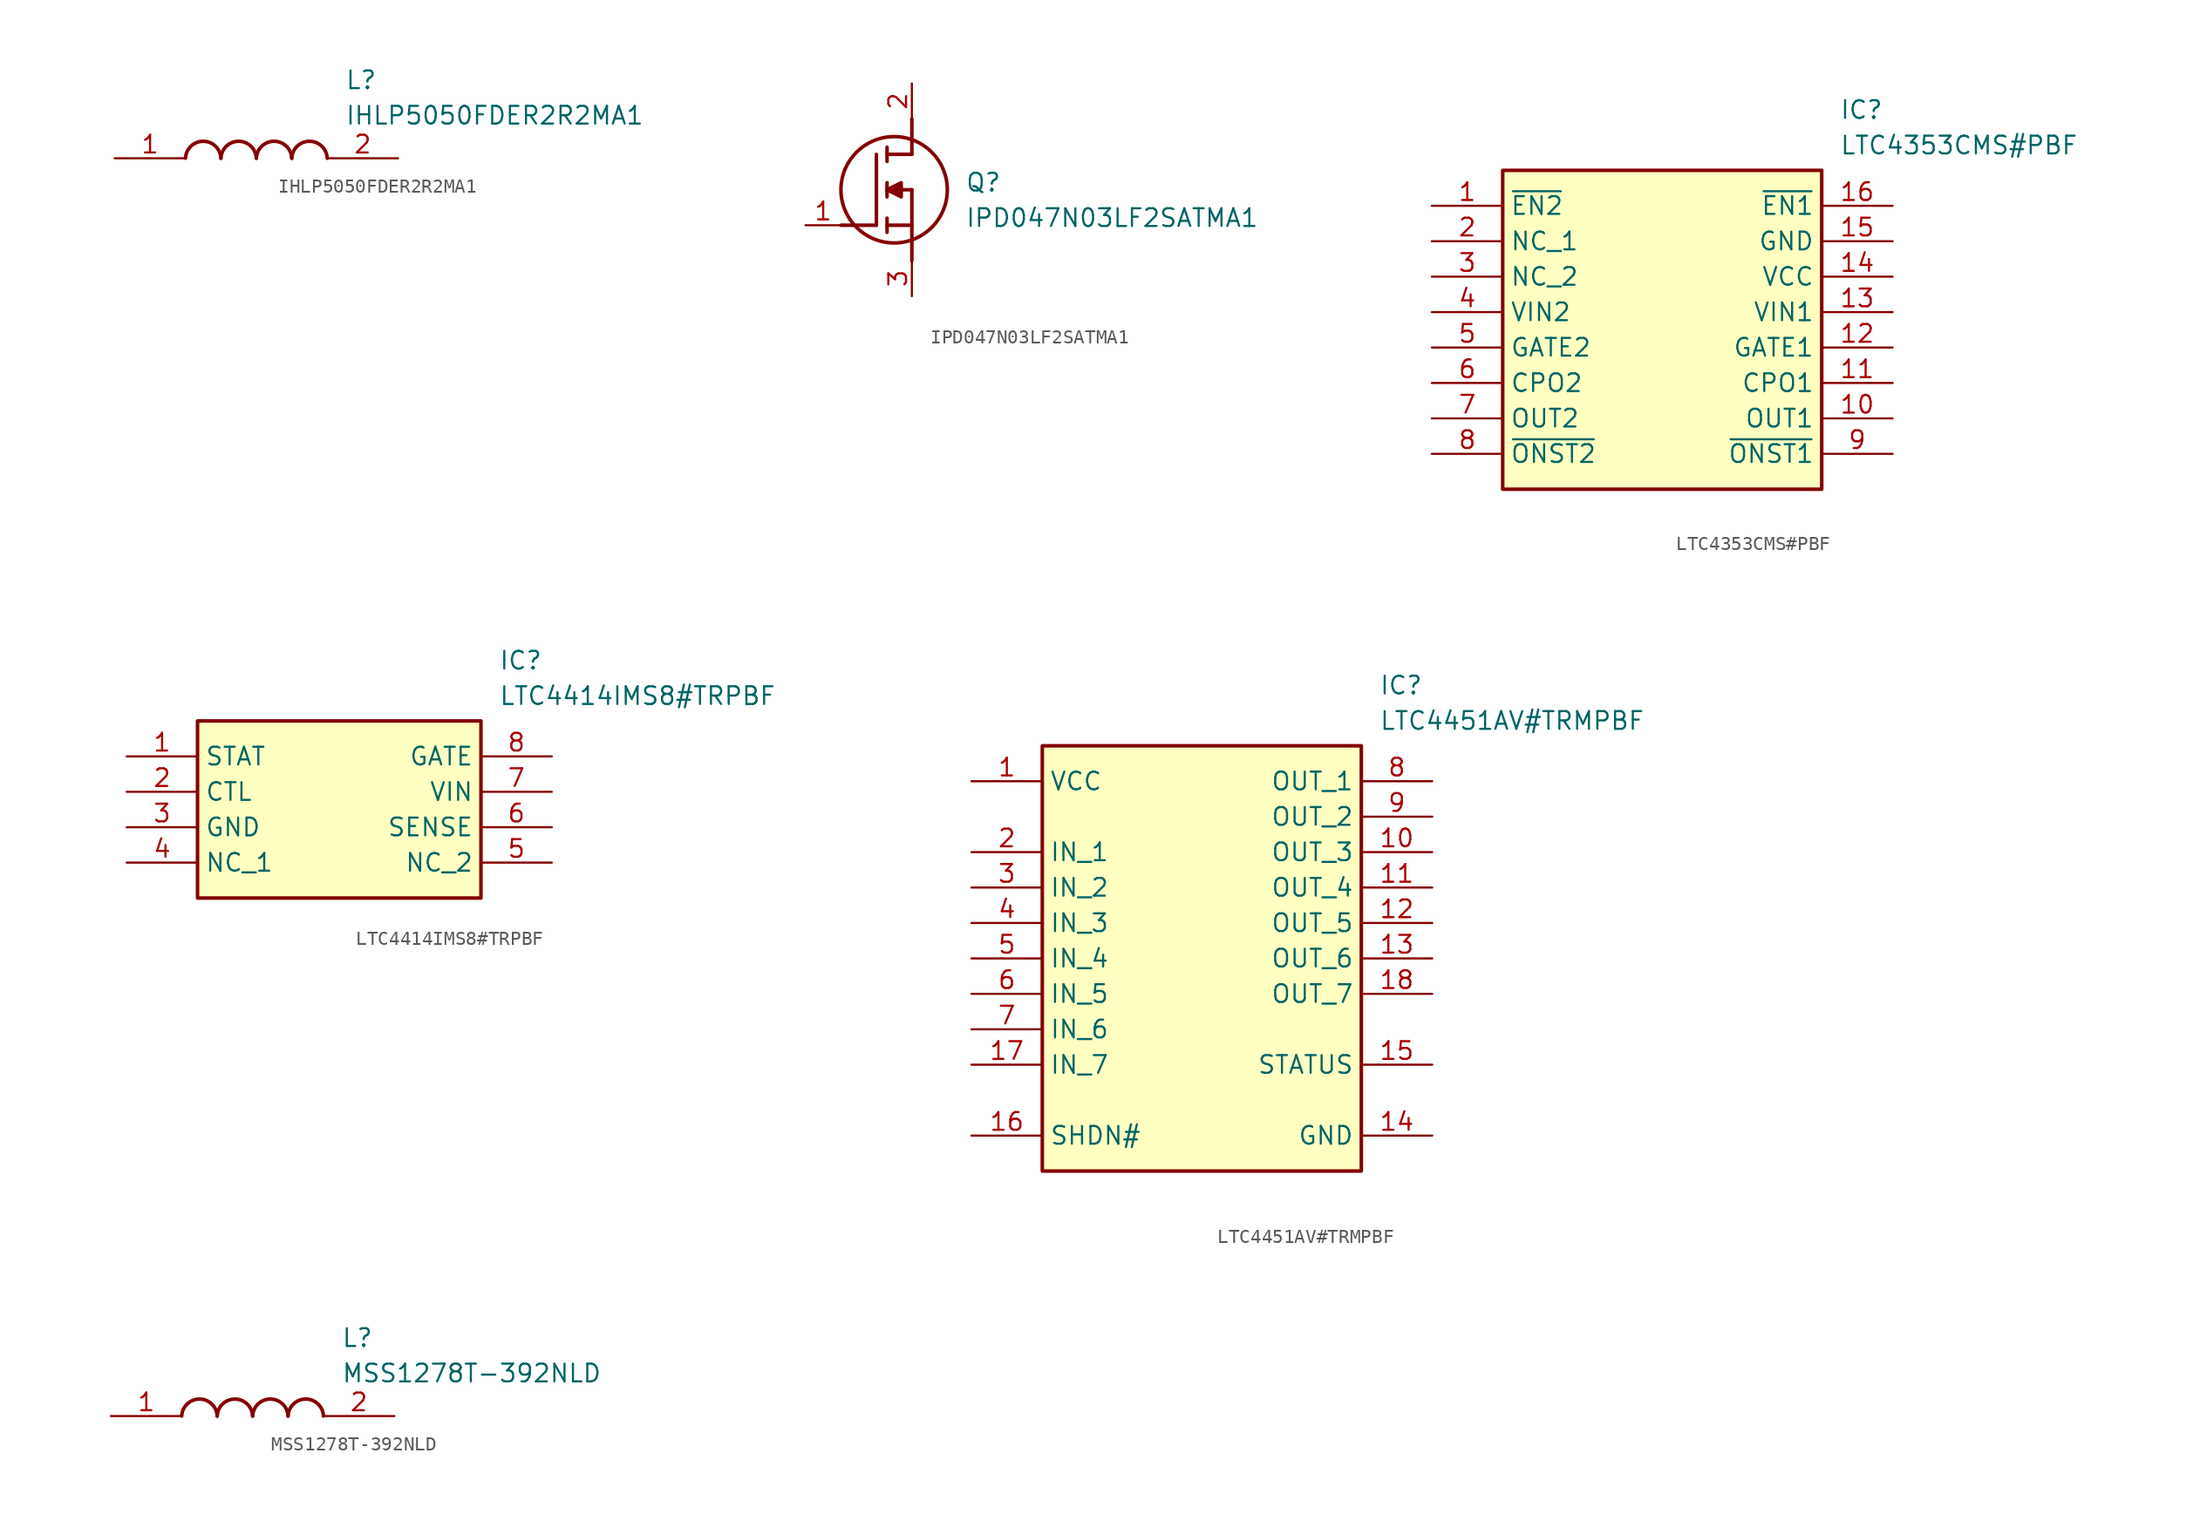
<source format=kicad_sym>
(kicad_symbol_lib
  (version 20241209)
  (generator "kicad_symbol_editor")
  (generator_version "9.0")
  (symbol "IHLP5050FDER2R2MA1"
    (pin_names hide)
    (property "Reference" "L"
      (at 16.51 6.35 0)
      (effects (font (size 1.27 1.27)) (justify left top)))
    (property "Value" "IHLP5050FDER2R2MA1"
      (at 16.51 3.81 0)
      (effects (font (size 1.27 1.27)) (justify left top)))
    (arc
      (start 7.62 0)
      (mid 6.35 1.219)
      (end 5.08 0)
      (stroke (width 0.254) (type default))
      (fill (type none)))
    (arc
      (start 10.16 0)
      (mid 8.89 1.219)
      (end 7.62 0)
      (stroke (width 0.254) (type default))
      (fill (type none)))
    (arc
      (start 12.7 0)
      (mid 11.43 1.219)
      (end 10.16 0)
      (stroke (width 0.254) (type default))
      (fill (type none)))
    (arc
      (start 15.24 0)
      (mid 13.97 1.219)
      (end 12.7 0)
      (stroke (width 0.254) (type default))
      (fill (type none)))
    (pin passive line
      (at 0 0 0)
      (length 5.08)
      (name "1" (effects (font (size 1.27 1.27))))
      (number "1" (effects (font (size 1.27 1.27)))))
    (pin passive line
      (at 20.32 0 180)
      (length 5.08)
      (name "2" (effects (font (size 1.27 1.27))))
      (number "2" (effects (font (size 1.27 1.27))))))
  (symbol "IPD047N03LF2SATMA1"
    (pin_names
      (hide yes))
    (property "Reference" "Q"
      (at 11.43 3.81 0)
      (effects (font (size 1.27 1.27)) (justify left top)))
    (property "Value" "IPD047N03LF2SATMA1"
      (at 11.43 1.27 0)
      (effects (font (size 1.27 1.27)) (justify left top)))
    (symbol "IPD047N03LF2SATMA1_1_1"
      (polyline (pts (xy 2.54 0) (xy 5.08 0)) (stroke (width 0.254) (type default)) (fill (type none)))
      (polyline (pts (xy 5.08 5.08) (xy 5.08 0)) (stroke (width 0.254) (type default)) (fill (type none)))
      (polyline (pts (xy 5.842 5.588) (xy 5.842 4.572)) (stroke (width 0.254) (type default)) (fill (type none)))
      (polyline (pts (xy 5.842 2.54) (xy 6.858 3.048) (xy 6.858 2.032) (xy 5.842 2.54)) (stroke (width 0.254) (type default)) (fill (type outline)))
      (polyline (pts (xy 5.842 2.032) (xy 5.842 3.048)) (stroke (width 0.254) (type default)) (fill (type none)))
      (polyline (pts (xy 5.842 0) (xy 7.62 0)) (stroke (width 0.254) (type default)) (fill (type none)))
      (polyline (pts (xy 5.842 -0.508) (xy 5.842 0.508)) (stroke (width 0.254) (type default)) (fill (type none)))
      (circle (center 6.35 2.54) (radius 3.81) (stroke (width 0.254) (type default)) (fill (type none)))
      (polyline (pts (xy 7.62 5.08) (xy 5.842 5.08)) (stroke (width 0.254) (type default)) (fill (type none)))
      (polyline (pts (xy 7.62 5.08) (xy 7.62 7.62)) (stroke (width 0.254) (type default)) (fill (type none)))
      (polyline (pts (xy 7.62 2.54) (xy 5.842 2.54)) (stroke (width 0.254) (type default)) (fill (type none)))
      (polyline (pts (xy 7.62 2.54) (xy 7.62 -2.54)) (stroke (width 0.254) (type default)) (fill (type none)))
      (pin passive line (at 0 0 0) (length 2.54) (name "G" (effects (font (size 1.27 1.27)))) (number "1" (effects (font (size 1.27 1.27)))))
      (pin passive line (at 7.62 10.16 270) (length 2.54) (name "D" (effects (font (size 1.27 1.27)))) (number "2" (effects (font (size 1.27 1.27)))))
      (pin passive line (at 7.62 -5.08 90) (length 2.54) (name "S" (effects (font (size 1.27 1.27)))) (number "3" (effects (font (size 1.27 1.27)))))))
  (symbol "LTC4353CMS#PBF"
    (property "Reference" "IC"
      (at 29.21 7.62 0)
      (effects (font (size 1.27 1.27)) (justify left top)))
    (property "Value" "LTC4353CMS#PBF"
      (at 29.21 5.08 0)
      (effects (font (size 1.27 1.27)) (justify left top)))
    (symbol "LTC4353CMS#PBF_1_1"
      (rectangle (start 5.08 2.54) (end 27.94 -20.32) (stroke (width 0.254) (type default)) (fill (type background)))
      (pin passive line (at 0 0 0) (length 5.08) (name "~{EN2}" (effects (font (size 1.27 1.27)))) (number "1" (effects (font (size 1.27 1.27)))))
      (pin passive line (at 0 -2.54 0) (length 5.08) (name "NC_1" (effects (font (size 1.27 1.27)))) (number "2" (effects (font (size 1.27 1.27)))))
      (pin passive line (at 0 -5.08 0) (length 5.08) (name "NC_2" (effects (font (size 1.27 1.27)))) (number "3" (effects (font (size 1.27 1.27)))))
      (pin input line (at 0 -7.62 0) (length 5.08) (name "VIN2" (effects (font (size 1.27 1.27)))) (number "4" (effects (font (size 1.27 1.27)))))
      (pin passive line (at 0 -10.16 0) (length 5.08) (name "GATE2" (effects (font (size 1.27 1.27)))) (number "5" (effects (font (size 1.27 1.27)))))
      (pin passive line (at 0 -12.7 0) (length 5.08) (name "CPO2" (effects (font (size 1.27 1.27)))) (number "6" (effects (font (size 1.27 1.27)))))
      (pin output line (at 0 -15.24 0) (length 5.08) (name "OUT2" (effects (font (size 1.27 1.27)))) (number "7" (effects (font (size 1.27 1.27)))))
      (pin passive line (at 0 -17.78 0) (length 5.08) (name "~{ONST2}" (effects (font (size 1.27 1.27)))) (number "8" (effects (font (size 1.27 1.27)))))
      (pin passive line (at 33.02 0 180) (length 5.08) (name "~{EN1}" (effects (font (size 1.27 1.27)))) (number "16" (effects (font (size 1.27 1.27)))))
      (pin power_in line (at 33.02 -2.54 180) (length 5.08) (name "GND" (effects (font (size 1.27 1.27)))) (number "15" (effects (font (size 1.27 1.27)))))
      (pin power_in line (at 33.02 -5.08 180) (length 5.08) (name "VCC" (effects (font (size 1.27 1.27)))) (number "14" (effects (font (size 1.27 1.27)))))
      (pin input line (at 33.02 -7.62 180) (length 5.08) (name "VIN1" (effects (font (size 1.27 1.27)))) (number "13" (effects (font (size 1.27 1.27)))))
      (pin passive line (at 33.02 -10.16 180) (length 5.08) (name "GATE1" (effects (font (size 1.27 1.27)))) (number "12" (effects (font (size 1.27 1.27)))))
      (pin passive line (at 33.02 -12.7 180) (length 5.08) (name "CPO1" (effects (font (size 1.27 1.27)))) (number "11" (effects (font (size 1.27 1.27)))))
      (pin output line (at 33.02 -15.24 180) (length 5.08) (name "OUT1" (effects (font (size 1.27 1.27)))) (number "10" (effects (font (size 1.27 1.27)))))
      (pin passive line (at 33.02 -17.78 180) (length 5.08) (name "~{ONST1}" (effects (font (size 1.27 1.27)))) (number "9" (effects (font (size 1.27 1.27)))))))
  (symbol "LTC4414IMS8#TRPBF"
    (property "Reference" "IC"
      (at 26.67 7.62 0)
      (effects (font (size 1.27 1.27)) (justify left top)))
    (property "Value" "LTC4414IMS8#TRPBF"
      (at 26.67 5.08 0)
      (effects (font (size 1.27 1.27)) (justify left top)))
    (symbol "LTC4414IMS8#TRPBF_1_1"
      (rectangle (start 5.08 2.54) (end 25.4 -10.16) (stroke (width 0.254) (type default)) (fill (type background)))
      (pin passive line (at 0 0 0) (length 5.08) (name "STAT" (effects (font (size 1.27 1.27)))) (number "1" (effects (font (size 1.27 1.27)))))
      (pin passive line (at 0 -2.54 0) (length 5.08) (name "CTL" (effects (font (size 1.27 1.27)))) (number "2" (effects (font (size 1.27 1.27)))))
      (pin passive line (at 0 -5.08 0) (length 5.08) (name "GND" (effects (font (size 1.27 1.27)))) (number "3" (effects (font (size 1.27 1.27)))))
      (pin passive line (at 0 -7.62 0) (length 5.08) (name "NC_1" (effects (font (size 1.27 1.27)))) (number "4" (effects (font (size 1.27 1.27)))))
      (pin passive line (at 30.48 0 180) (length 5.08) (name "GATE" (effects (font (size 1.27 1.27)))) (number "8" (effects (font (size 1.27 1.27)))))
      (pin passive line (at 30.48 -2.54 180) (length 5.08) (name "VIN" (effects (font (size 1.27 1.27)))) (number "7" (effects (font (size 1.27 1.27)))))
      (pin passive line (at 30.48 -5.08 180) (length 5.08) (name "SENSE" (effects (font (size 1.27 1.27)))) (number "6" (effects (font (size 1.27 1.27)))))
      (pin passive line (at 30.48 -7.62 180) (length 5.08) (name "NC_2" (effects (font (size 1.27 1.27)))) (number "5" (effects (font (size 1.27 1.27)))))))
  (symbol "LTC4451AV#TRMPBF"
    (property "Reference" "IC"
      (at 29.21 7.62 0)
      (effects (font (size 1.27 1.27)) (justify left top)))
    (property "Value" "LTC4451AV#TRMPBF"
      (at 29.21 5.08 0)
      (effects (font (size 1.27 1.27)) (justify left top)))
    (symbol "LTC4451AV#TRMPBF_1_1"
      (rectangle (start 5.08 2.54) (end 27.94 -27.94) (stroke (width 0.254) (type default)) (fill (type background)))
      (pin passive line (at 0 0 0) (length 5.08) (name "VCC" (effects (font (size 1.27 1.27)))) (number "1" (effects (font (size 1.27 1.27)))))
      (pin passive line (at 0 -5.08 0) (length 5.08) (name "IN_1" (effects (font (size 1.27 1.27)))) (number "2" (effects (font (size 1.27 1.27)))))
      (pin passive line (at 0 -7.62 0) (length 5.08) (name "IN_2" (effects (font (size 1.27 1.27)))) (number "3" (effects (font (size 1.27 1.27)))))
      (pin passive line (at 0 -10.16 0) (length 5.08) (name "IN_3" (effects (font (size 1.27 1.27)))) (number "4" (effects (font (size 1.27 1.27)))))
      (pin passive line (at 0 -12.7 0) (length 5.08) (name "IN_4" (effects (font (size 1.27 1.27)))) (number "5" (effects (font (size 1.27 1.27)))))
      (pin passive line (at 0 -15.24 0) (length 5.08) (name "IN_5" (effects (font (size 1.27 1.27)))) (number "6" (effects (font (size 1.27 1.27)))))
      (pin passive line (at 0 -17.78 0) (length 5.08) (name "IN_6" (effects (font (size 1.27 1.27)))) (number "7" (effects (font (size 1.27 1.27)))))
      (pin passive line (at 0 -20.32 0) (length 5.08) (name "IN_7" (effects (font (size 1.27 1.27)))) (number "17" (effects (font (size 1.27 1.27)))))
      (pin passive line (at 0 -25.4 0) (length 5.08) (name "SHDN#" (effects (font (size 1.27 1.27)))) (number "16" (effects (font (size 1.27 1.27)))))
      (pin passive line (at 33.02 0 180) (length 5.08) (name "OUT_1" (effects (font (size 1.27 1.27)))) (number "8" (effects (font (size 1.27 1.27)))))
      (pin passive line (at 33.02 -2.54 180) (length 5.08) (name "OUT_2" (effects (font (size 1.27 1.27)))) (number "9" (effects (font (size 1.27 1.27)))))
      (pin passive line (at 33.02 -5.08 180) (length 5.08) (name "OUT_3" (effects (font (size 1.27 1.27)))) (number "10" (effects (font (size 1.27 1.27)))))
      (pin passive line (at 33.02 -7.62 180) (length 5.08) (name "OUT_4" (effects (font (size 1.27 1.27)))) (number "11" (effects (font (size 1.27 1.27)))))
      (pin passive line (at 33.02 -10.16 180) (length 5.08) (name "OUT_5" (effects (font (size 1.27 1.27)))) (number "12" (effects (font (size 1.27 1.27)))))
      (pin passive line (at 33.02 -12.7 180) (length 5.08) (name "OUT_6" (effects (font (size 1.27 1.27)))) (number "13" (effects (font (size 1.27 1.27)))))
      (pin passive line (at 33.02 -15.24 180) (length 5.08) (name "OUT_7" (effects (font (size 1.27 1.27)))) (number "18" (effects (font (size 1.27 1.27)))))
      (pin passive line (at 33.02 -20.32 180) (length 5.08) (name "STATUS" (effects (font (size 1.27 1.27)))) (number "15" (effects (font (size 1.27 1.27)))))
      (pin passive line (at 33.02 -25.4 180) (length 5.08) (name "GND" (effects (font (size 1.27 1.27)))) (number "14" (effects (font (size 1.27 1.27)))))))
  (symbol "MSS1278T-392NLD"
    (pin_names
      (hide yes))
    (property "Reference" "L"
      (at 16.51 6.35 0)
      (effects (font (size 1.27 1.27)) (justify left top)))
    (property "Value" "MSS1278T-392NLD"
      (at 16.51 3.81 0)
      (effects (font (size 1.27 1.27)) (justify left top)))
    (symbol "MSS1278T-392NLD_1_1"
      (arc (start 5.08 0) (mid 6.35 1.219) (end 7.62 0) (stroke (width 0.254) (type default)) (fill (type none)))
      (arc (start 7.62 0) (mid 8.89 1.219) (end 10.16 0) (stroke (width 0.254) (type default)) (fill (type none)))
      (arc (start 10.16 0) (mid 11.43 1.219) (end 12.7 0) (stroke (width 0.254) (type default)) (fill (type none)))
      (arc (start 12.7 0) (mid 13.97 1.219) (end 15.24 0) (stroke (width 0.254) (type default)) (fill (type none)))
      (pin passive line (at 0 0 0) (length 5.08) (name "1" (effects (font (size 1.27 1.27)))) (number "1" (effects (font (size 1.27 1.27)))))
      (pin passive line (at 20.32 0 180) (length 5.08) (name "2" (effects (font (size 1.27 1.27)))) (number "2" (effects (font (size 1.27 1.27))))))))
</source>
